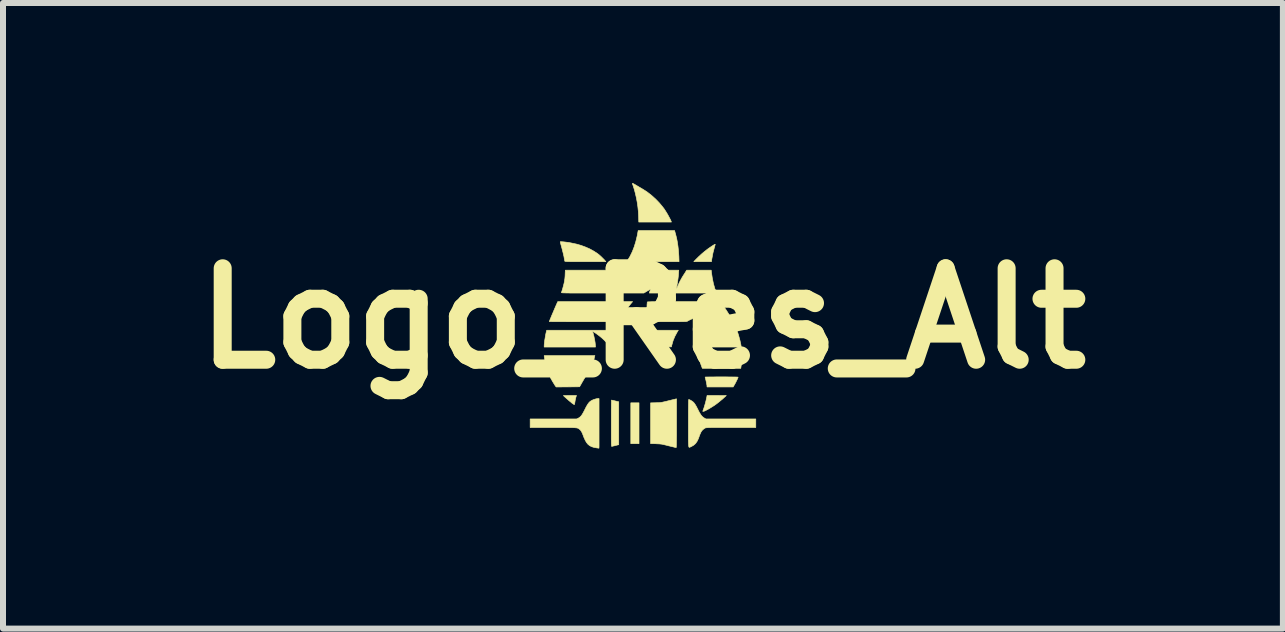
<source format=kicad_pcb>
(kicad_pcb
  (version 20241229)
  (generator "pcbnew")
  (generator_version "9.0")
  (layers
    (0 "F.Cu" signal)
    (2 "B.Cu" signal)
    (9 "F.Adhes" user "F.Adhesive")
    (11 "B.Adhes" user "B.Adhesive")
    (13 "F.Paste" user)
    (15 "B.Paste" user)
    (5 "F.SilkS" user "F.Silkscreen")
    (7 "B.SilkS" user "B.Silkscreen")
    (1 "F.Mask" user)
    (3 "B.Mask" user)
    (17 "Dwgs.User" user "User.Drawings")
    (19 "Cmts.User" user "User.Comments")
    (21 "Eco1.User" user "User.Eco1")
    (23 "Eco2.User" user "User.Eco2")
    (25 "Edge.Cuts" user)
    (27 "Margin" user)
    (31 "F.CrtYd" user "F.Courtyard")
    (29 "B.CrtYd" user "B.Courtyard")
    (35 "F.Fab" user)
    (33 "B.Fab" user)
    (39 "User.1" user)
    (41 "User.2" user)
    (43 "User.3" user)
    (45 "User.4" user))
  (footprint "Logo_Res_Alt"
    (layer "F.Cu")
    (at 7.664 2.255)
    (property "Reference" "Logo_Res_Alt" (at 0 0 0) (layer "F.SilkS") (effects (font (size 1.524 1.524) (thickness 0.3))))
    (attr through_hole)
    (fp_poly (pts (xy -0.066 2.088) (xy -0.203 2.088) (xy -0.203 1.407) (xy -0.066 1.407) (xy -0.066 2.088)) (stroke (width 0.01) (type solid)) (fill yes) (layer "F.SilkS"))
    (fp_poly (pts (xy 0.462 0.622) (xy 0.465 0.625) (xy 0.465 0.629) (xy 0.459 0.629) (xy 0.452 0.625) (xy 0.447 0.621) (xy 0.452 0.62) (xy 0.453 0.62) (xy 0.462 0.622)) (stroke (width 0.01) (type solid)) (fill yes) (layer "F.SilkS"))
    (fp_poly (pts (xy -0.989 1.022) (xy -1.003 1.047) (xy -1.018 1.072) (xy -1.031 1.096) (xy -1.037 1.105) (xy -1.056 1.14) (xy -1.251 1.142) (xy -1.447 1.143) (xy -1.459 1.127) (xy -1.468 1.114) (xy -1.479 1.096) (xy -1.492 1.075) (xy -1.506 1.052) (xy -1.519 1.029) (xy -1.53 1.01) (xy -1.538 0.995) (xy -1.542 0.987) (xy -1.545 0.975) (xy -0.96 0.975) (xy -0.989 1.022)) (stroke (width 0.01) (type solid)) (fill yes) (layer "F.SilkS"))
    (fp_poly (pts (xy -0.419 0.621) (xy -0.414 0.626) (xy -0.41 0.637) (xy -0.408 0.649) (xy -0.402 0.676) (xy -0.399 0.694) (xy -0.397 0.705) (xy -0.397 0.71) (xy -0.397 0.711) (xy -0.4 0.707) (xy -0.405 0.695) (xy -0.413 0.678) (xy -0.417 0.669) (xy -0.425 0.65) (xy -0.431 0.635) (xy -0.435 0.625) (xy -0.436 0.624) (xy -0.433 0.621) (xy -0.426 0.62) (xy -0.419 0.621)) (stroke (width 0.01) (type solid)) (fill yes) (layer "F.SilkS"))
    (fp_poly (pts (xy 0.532 -1.444) (xy 0.536 -1.429) (xy 0.542 -1.409) (xy 0.547 -1.389) (xy 0.561 -1.334) (xy 0.573 -1.271) (xy 0.583 -1.203) (xy 0.591 -1.132) (xy 0.596 -1.062) (xy 0.598 -1.034) (xy 0.601 -0.945) (xy -0.27 -0.945) (xy -0.261 -0.959) (xy -0.216 -1.033) (xy -0.178 -1.111) (xy -0.146 -1.193) (xy -0.119 -1.281) (xy -0.096 -1.376) (xy -0.091 -1.403) (xy -0.08 -1.463) (xy 0.527 -1.463) (xy 0.532 -1.444)) (stroke (width 0.01) (type solid)) (fill yes) (layer "F.SilkS"))
    (fp_poly (pts (xy 1.204 -1.234) (xy 1.203 -1.228) (xy 1.199 -1.214) (xy 1.194 -1.194) (xy 1.189 -1.177) (xy 1.166 -1.09) (xy 1.15 -1.004) (xy 1.147 -0.989) (xy 1.141 -0.945) (xy 0.847 -0.945) (xy 0.879 -0.979) (xy 0.926 -1.026) (xy 0.977 -1.073) (xy 1.029 -1.117) (xy 1.064 -1.144) (xy 1.09 -1.164) (xy 1.117 -1.182) (xy 1.141 -1.199) (xy 1.164 -1.214) (xy 1.182 -1.225) (xy 1.196 -1.232) (xy 1.203 -1.235) (xy 1.204 -1.234)) (stroke (width 0.01) (type solid)) (fill yes) (layer "F.SilkS"))
    (fp_poly (pts (xy 1.207 0.199) (xy 1.566 0.201) (xy 1.573 0.221) (xy 1.584 0.253) (xy 1.595 0.29) (xy 1.606 0.33) (xy 1.617 0.371) (xy 1.625 0.409) (xy 1.632 0.441) (xy 1.634 0.453) (xy 1.637 0.478) (xy 0.869 0.478) (xy 0.866 0.461) (xy 0.864 0.448) (xy 0.861 0.429) (xy 0.857 0.407) (xy 0.856 0.401) (xy 0.853 0.374) (xy 0.85 0.339) (xy 0.849 0.299) (xy 0.848 0.278) (xy 0.848 0.198) (xy 1.207 0.199)) (stroke (width 0.01) (type solid)) (fill yes) (layer "F.SilkS"))
    (fp_poly (pts (xy 1.229 1.285) (xy 1.389 1.286) (xy 1.356 1.316) (xy 1.328 1.342) (xy 1.295 1.369) (xy 1.261 1.397) (xy 1.229 1.422) (xy 1.201 1.442) (xy 1.199 1.444) (xy 1.173 1.461) (xy 1.144 1.479) (xy 1.115 1.497) (xy 1.087 1.513) (xy 1.061 1.527) (xy 1.038 1.539) (xy 1.021 1.546) (xy 1.011 1.549) (xy 1.011 1.549) (xy 0.996 1.549) (xy 1.016 1.492) (xy 1.027 1.456) (xy 1.039 1.415) (xy 1.05 1.372) (xy 1.059 1.332) (xy 1.065 1.304) (xy 1.068 1.285) (xy 1.229 1.285)) (stroke (width 0.01) (type solid)) (fill yes) (layer "F.SilkS"))
    (fp_poly (pts (xy -1.112 1.297) (xy -1.117 1.311) (xy -1.122 1.333) (xy -1.128 1.358) (xy -1.132 1.383) (xy -1.136 1.406) (xy -1.136 1.408) (xy -1.139 1.424) (xy -1.142 1.435) (xy -1.145 1.437) (xy -1.151 1.434) (xy -1.163 1.426) (xy -1.179 1.415) (xy -1.184 1.412) (xy -1.196 1.401) (xy -1.213 1.387) (xy -1.233 1.371) (xy -1.253 1.353) (xy -1.274 1.335) (xy -1.293 1.318) (xy -1.309 1.304) (xy -1.32 1.293) (xy -1.326 1.287) (xy -1.326 1.287) (xy -1.321 1.286) (xy -1.308 1.286) (xy -1.287 1.286) (xy -1.26 1.285) (xy -1.229 1.285) (xy -1.217 1.285) (xy -1.108 1.285) (xy -1.112 1.297)) (stroke (width 0.01) (type solid)) (fill yes) (layer "F.SilkS"))
    (fp_poly (pts (xy -0.21 -0.235) (xy -0.254 -0.178) (xy -0.293 -0.119) (xy -0.326 -0.059) (xy -0.353 -0.000498) (xy -0.368 0.044) (xy -0.372 0.056) (xy -0.966 0.056) (xy -1.042 0.056) (xy -1.116 0.056) (xy -1.187 0.056) (xy -1.253 0.056) (xy -1.314 0.055) (xy -1.37 0.055) (xy -1.42 0.055) (xy -1.464 0.055) (xy -1.5 0.055) (xy -1.528 0.054) (xy -1.548 0.054) (xy -1.558 0.054) (xy -1.56 0.054) (xy -1.558 0.046) (xy -1.552 0.029) (xy -1.542 0.005) (xy -1.529 -0.027) (xy -1.513 -0.065) (xy -1.494 -0.109) (xy -1.473 -0.159) (xy -1.45 -0.212) (xy -1.431 -0.255) (xy -1.42 -0.279) (xy -0.173 -0.279) (xy -0.21 -0.235)) (stroke (width 0.01) (type solid)) (fill yes) (layer "F.SilkS"))
    (fp_poly (pts (xy -0.805 0.631) (xy -0.808 0.643) (xy -0.811 0.66) (xy -0.813 0.668) (xy -0.821 0.697) (xy -0.832 0.732) (xy -0.844 0.767) (xy -0.857 0.798) (xy -0.859 0.801) (xy -0.873 0.833) (xy -1.604 0.833) (xy -1.607 0.822) (xy -1.613 0.801) (xy -1.619 0.774) (xy -1.625 0.745) (xy -1.631 0.714) (xy -1.637 0.684) (xy -1.641 0.657) (xy -1.645 0.636) (xy -1.646 0.622) (xy -1.646 0.621) (xy -1.641 0.621) (xy -1.627 0.621) (xy -1.604 0.621) (xy -1.573 0.62) (xy -1.534 0.62) (xy -1.49 0.62) (xy -1.44 0.62) (xy -1.384 0.62) (xy -1.325 0.62) (xy -1.262 0.62) (xy -1.224 0.62) (xy -0.801 0.62) (xy -0.805 0.631)) (stroke (width 0.01) (type solid)) (fill yes) (layer "F.SilkS"))
    (fp_poly (pts (xy 0.568 0.232) (xy 0.53 0.303) (xy 0.501 0.374) (xy 0.481 0.445) (xy 0.48 0.447) (xy 0.475 0.475) (xy 0.387 0.476) (xy 0.3 0.478) (xy 0.27 0.438) (xy 0.252 0.413) (xy 0.236 0.393) (xy 0.223 0.374) (xy 0.212 0.356) (xy 0.2 0.336) (xy 0.186 0.313) (xy 0.17 0.284) (xy 0.157 0.262) (xy 0.15 0.246) (xy 0.144 0.231) (xy 0.139 0.217) (xy 0.135 0.207) (xy 0.134 0.205) (xy 0.135 0.203) (xy 0.139 0.202) (xy 0.146 0.201) (xy 0.158 0.2) (xy 0.174 0.199) (xy 0.197 0.199) (xy 0.226 0.198) (xy 0.263 0.198) (xy 0.308 0.198) (xy 0.36 0.198) (xy 0.589 0.198) (xy 0.568 0.232)) (stroke (width 0.01) (type solid)) (fill yes) (layer "F.SilkS"))
    (fp_poly (pts (xy -0.518 1.363) (xy -0.504 1.366) (xy -0.485 1.37) (xy -0.462 1.376) (xy -0.404 1.39) (xy -0.404 2.105) (xy -0.46 2.119) (xy -0.483 2.125) (xy -0.502 2.129) (xy -0.516 2.133) (xy -0.522 2.133) (xy -0.523 2.132) (xy -0.524 2.125) (xy -0.525 2.115) (xy -0.526 2.098) (xy -0.527 2.076) (xy -0.527 2.048) (xy -0.528 2.012) (xy -0.528 1.969) (xy -0.528 1.918) (xy -0.528 1.858) (xy -0.528 1.788) (xy -0.528 1.748) (xy -0.528 1.686) (xy -0.528 1.627) (xy -0.528 1.573) (xy -0.528 1.522) (xy -0.527 1.478) (xy -0.527 1.439) (xy -0.526 1.407) (xy -0.526 1.383) (xy -0.525 1.368) (xy -0.525 1.362) (xy -0.525 1.362) (xy -0.518 1.363)) (stroke (width 0.01) (type solid)) (fill yes) (layer "F.SilkS"))
    (fp_poly (pts (xy 1.649 0.679) (xy 1.647 0.706) (xy 1.645 0.731) (xy 1.643 0.751) (xy 1.641 0.762) (xy 1.637 0.782) (xy 1.634 0.804) (xy 1.633 0.809) (xy 1.63 0.833) (xy 0.99 0.833) (xy 0.983 0.817) (xy 0.979 0.805) (xy 0.972 0.787) (xy 0.964 0.764) (xy 0.957 0.747) (xy 0.95 0.724) (xy 0.942 0.704) (xy 0.937 0.69) (xy 0.935 0.683) (xy 0.929 0.668) (xy 0.923 0.651) (xy 0.918 0.636) (xy 0.915 0.626) (xy 0.914 0.623) (xy 0.919 0.623) (xy 0.934 0.622) (xy 0.957 0.622) (xy 0.987 0.621) (xy 1.025 0.621) (xy 1.069 0.62) (xy 1.118 0.62) (xy 1.171 0.62) (xy 1.229 0.62) (xy 1.283 0.62) (xy 1.652 0.62) (xy 1.649 0.679)) (stroke (width 0.01) (type solid)) (fill yes) (layer "F.SilkS"))
    (fp_poly (pts (xy 1.371 0.975) (xy 1.425 0.976) (xy 1.472 0.976) (xy 1.512 0.977) (xy 1.544 0.977) (xy 1.567 0.978) (xy 1.581 0.979) (xy 1.585 0.98) (xy 1.583 0.988) (xy 1.577 1.002) (xy 1.568 1.022) (xy 1.557 1.044) (xy 1.546 1.067) (xy 1.534 1.089) (xy 1.524 1.107) (xy 1.523 1.108) (xy 1.503 1.143) (xy 1.067 1.143) (xy 1.067 1.132) (xy 1.066 1.118) (xy 1.062 1.096) (xy 1.057 1.068) (xy 1.05 1.037) (xy 1.046 1.02) (xy 1.041 1.001) (xy 1.038 0.987) (xy 1.036 0.979) (xy 1.036 0.978) (xy 1.041 0.978) (xy 1.055 0.977) (xy 1.078 0.977) (xy 1.108 0.976) (xy 1.144 0.976) (xy 1.186 0.976) (xy 1.232 0.975) (xy 1.282 0.975) (xy 1.311 0.975) (xy 1.371 0.975)) (stroke (width 0.01) (type solid)) (fill yes) (layer "F.SilkS"))
    (fp_poly (pts (xy -0.167 -2.248) (xy -0.153 -2.241) (xy -0.134 -2.23) (xy -0.11 -2.216) (xy -0.083 -2.2) (xy -0.055 -2.183) (xy -0.025 -2.166) (xy 0.003 -2.149) (xy 0.028 -2.133) (xy 0.05 -2.119) (xy 0.067 -2.108) (xy 0.071 -2.105) (xy 0.143 -2.049) (xy 0.212 -1.987) (xy 0.276 -1.92) (xy 0.333 -1.851) (xy 0.357 -1.819) (xy 0.374 -1.792) (xy 0.393 -1.762) (xy 0.412 -1.73) (xy 0.429 -1.699) (xy 0.445 -1.669) (xy 0.458 -1.644) (xy 0.467 -1.624) (xy 0.47 -1.617) (xy 0.473 -1.605) (xy -0.07 -1.605) (xy -0.073 -1.695) (xy -0.077 -1.779) (xy -0.085 -1.857) (xy -0.096 -1.934) (xy -0.111 -2.013) (xy -0.129 -2.09) (xy -0.136 -2.117) (xy -0.144 -2.147) (xy -0.154 -2.178) (xy -0.163 -2.208) (xy -0.172 -2.231) (xy -0.175 -2.242) (xy -0.176 -2.249) (xy -0.173 -2.25) (xy -0.167 -2.248)) (stroke (width 0.01) (type solid)) (fill yes) (layer "F.SilkS"))
    (fp_poly (pts (xy -0.412 0.21) (xy -0.412 0.219) (xy -0.414 0.236) (xy -0.416 0.258) (xy -0.419 0.282) (xy -0.422 0.313) (xy -0.425 0.349) (xy -0.426 0.385) (xy -0.427 0.41) (xy -0.427 0.478) (xy -0.535 0.478) (xy -0.604 0.406) (xy -0.647 0.362) (xy -0.687 0.325) (xy -0.727 0.292) (xy -0.769 0.261) (xy -0.787 0.248) (xy -0.811 0.232) (xy -0.828 0.223) (xy -0.837 0.22) (xy -0.838 0.222) (xy -0.837 0.228) (xy -0.833 0.241) (xy -0.828 0.258) (xy -0.828 0.259) (xy -0.819 0.291) (xy -0.811 0.33) (xy -0.803 0.37) (xy -0.797 0.407) (xy -0.794 0.438) (xy -0.791 0.478) (xy -1.646 0.478) (xy -1.646 0.452) (xy -1.645 0.432) (xy -1.642 0.404) (xy -1.638 0.37) (xy -1.632 0.335) (xy -1.626 0.298) (xy -1.62 0.264) (xy -1.613 0.234) (xy -1.61 0.22) (xy -1.604 0.198) (xy -0.411 0.198) (xy -0.412 0.21)) (stroke (width 0.01) (type solid)) (fill yes) (layer "F.SilkS"))
    (fp_poly (pts (xy 0.559 1.747) (xy 0.559 1.824) (xy 0.559 1.891) (xy 0.559 1.949) (xy 0.558 1.998) (xy 0.558 2.04) (xy 0.557 2.074) (xy 0.557 2.101) (xy 0.556 2.122) (xy 0.555 2.137) (xy 0.555 2.147) (xy 0.553 2.152) (xy 0.552 2.154) (xy 0.546 2.152) (xy 0.531 2.149) (xy 0.509 2.143) (xy 0.481 2.137) (xy 0.45 2.129) (xy 0.424 2.123) (xy 0.386 2.113) (xy 0.356 2.106) (xy 0.331 2.1) (xy 0.311 2.096) (xy 0.292 2.094) (xy 0.273 2.092) (xy 0.252 2.091) (xy 0.227 2.09) (xy 0.215 2.089) (xy 0.127 2.087) (xy 0.127 1.408) (xy 0.212 1.406) (xy 0.239 1.405) (xy 0.261 1.405) (xy 0.281 1.403) (xy 0.299 1.401) (xy 0.319 1.398) (xy 0.341 1.393) (xy 0.369 1.387) (xy 0.405 1.378) (xy 0.417 1.375) (xy 0.451 1.367) (xy 0.482 1.359) (xy 0.508 1.353) (xy 0.53 1.348) (xy 0.543 1.344) (xy 0.547 1.343) (xy 0.559 1.341) (xy 0.559 1.747)) (stroke (width 0.01) (type solid)) (fill yes) (layer "F.SilkS"))
    (fp_poly (pts (xy -1.357 -1.277) (xy -1.337 -1.276) (xy -1.314 -1.274) (xy -1.289 -1.271) (xy -1.266 -1.268) (xy -1.245 -1.266) (xy -1.23 -1.263) (xy -1.223 -1.262) (xy -1.215 -1.26) (xy -1.199 -1.257) (xy -1.179 -1.253) (xy -1.175 -1.252) (xy -1.104 -1.237) (xy -1.032 -1.216) (xy -0.961 -1.19) (xy -0.892 -1.16) (xy -0.829 -1.126) (xy -0.772 -1.09) (xy -0.739 -1.066) (xy -0.717 -1.047) (xy -0.693 -1.025) (xy -0.67 -1.002) (xy -0.649 -0.981) (xy -0.634 -0.964) (xy -0.634 -0.964) (xy -0.619 -0.945) (xy -0.959 -0.945) (xy -1.026 -0.945) (xy -1.084 -0.945) (xy -1.133 -0.945) (xy -1.174 -0.945) (xy -1.208 -0.945) (xy -1.235 -0.946) (xy -1.256 -0.946) (xy -1.272 -0.947) (xy -1.284 -0.948) (xy -1.292 -0.949) (xy -1.298 -0.95) (xy -1.301 -0.951) (xy -1.302 -0.953) (xy -1.303 -0.955) (xy -1.305 -0.964) (xy -1.308 -0.98) (xy -1.312 -1.001) (xy -1.313 -1.009) (xy -1.317 -1.032) (xy -1.324 -1.061) (xy -1.331 -1.092) (xy -1.339 -1.122) (xy -1.339 -1.123) (xy -1.346 -1.15) (xy -1.353 -1.177) (xy -1.359 -1.199) (xy -1.363 -1.215) (xy -1.364 -1.217) (xy -1.369 -1.235) (xy -1.374 -1.253) (xy -1.376 -1.259) (xy -1.378 -1.27) (xy -1.377 -1.277) (xy -1.377 -1.278) (xy -1.371 -1.278) (xy -1.357 -1.277)) (stroke (width 0.01) (type solid)) (fill yes) (layer "F.SilkS"))
    (fp_poly (pts (xy -0.732 1.75) (xy -0.732 1.814) (xy -0.732 1.875) (xy -0.732 1.932) (xy -0.732 1.984) (xy -0.732 2.032) (xy -0.732 2.073) (xy -0.732 2.107) (xy -0.732 2.134) (xy -0.733 2.153) (xy -0.733 2.162) (xy -0.733 2.163) (xy -0.738 2.163) (xy -0.751 2.161) (xy -0.767 2.159) (xy -0.813 2.151) (xy -0.853 2.139) (xy -0.887 2.122) (xy -0.916 2.099) (xy -0.941 2.069) (xy -0.963 2.03) (xy -0.984 1.984) (xy -0.996 1.952) (xy -1.011 1.913) (xy -1.027 1.883) (xy -1.043 1.861) (xy -1.059 1.847) (xy -1.065 1.842) (xy -1.071 1.837) (xy -1.078 1.833) (xy -1.085 1.83) (xy -1.094 1.828) (xy -1.106 1.825) (xy -1.12 1.824) (xy -1.139 1.822) (xy -1.162 1.821) (xy -1.19 1.82) (xy -1.224 1.82) (xy -1.265 1.819) (xy -1.314 1.819) (xy -1.37 1.819) (xy -1.436 1.819) (xy -1.497 1.819) (xy -1.88 1.819) (xy -1.88 1.676) (xy -1.106 1.676) (xy -1.082 1.665) (xy -1.064 1.655) (xy -1.047 1.642) (xy -1.031 1.626) (xy -1.015 1.604) (xy -0.999 1.577) (xy -0.98 1.542) (xy -0.967 1.516) (xy -0.947 1.476) (xy -0.929 1.445) (xy -0.913 1.42) (xy -0.897 1.4) (xy -0.881 1.385) (xy -0.863 1.373) (xy -0.847 1.364) (xy -0.819 1.352) (xy -0.79 1.343) (xy -0.763 1.337) (xy -0.748 1.336) (xy -0.732 1.336) (xy -0.732 1.75)) (stroke (width 0.01) (type solid)) (fill yes) (layer "F.SilkS"))
    (fp_poly (pts (xy 0.77 1.354) (xy 0.783 1.359) (xy 0.798 1.367) (xy 0.819 1.38) (xy 0.837 1.394) (xy 0.854 1.412) (xy 0.87 1.435) (xy 0.888 1.465) (xy 0.907 1.502) (xy 0.914 1.516) (xy 0.934 1.556) (xy 0.953 1.588) (xy 0.969 1.613) (xy 0.986 1.633) (xy 1.003 1.648) (xy 1.022 1.661) (xy 1.023 1.661) (xy 1.049 1.676) (xy 1.88 1.676) (xy 1.88 1.819) (xy 1.467 1.819) (xy 1.393 1.819) (xy 1.328 1.819) (xy 1.272 1.819) (xy 1.224 1.819) (xy 1.183 1.819) (xy 1.149 1.819) (xy 1.122 1.82) (xy 1.099 1.82) (xy 1.081 1.821) (xy 1.068 1.822) (xy 1.057 1.823) (xy 1.049 1.824) (xy 1.043 1.825) (xy 1.039 1.827) (xy 1.035 1.828) (xy 1.033 1.829) (xy 1.018 1.839) (xy 1 1.853) (xy 0.988 1.865) (xy 0.98 1.875) (xy 0.973 1.885) (xy 0.966 1.897) (xy 0.959 1.912) (xy 0.95 1.932) (xy 0.94 1.958) (xy 0.928 1.992) (xy 0.925 2.001) (xy 0.903 2.047) (xy 0.877 2.085) (xy 0.844 2.114) (xy 0.806 2.136) (xy 0.804 2.137) (xy 0.795 2.141) (xy 0.788 2.144) (xy 0.781 2.147) (xy 0.776 2.149) (xy 0.771 2.149) (xy 0.767 2.146) (xy 0.764 2.139) (xy 0.762 2.129) (xy 0.76 2.115) (xy 0.759 2.095) (xy 0.758 2.069) (xy 0.757 2.038) (xy 0.757 1.999) (xy 0.757 1.953) (xy 0.757 1.898) (xy 0.757 1.835) (xy 0.757 1.762) (xy 0.757 1.75) (xy 0.757 1.671) (xy 0.757 1.601) (xy 0.757 1.541) (xy 0.758 1.49) (xy 0.758 1.448) (xy 0.759 1.413) (xy 0.759 1.387) (xy 0.76 1.368) (xy 0.761 1.357) (xy 0.762 1.352) (xy 0.763 1.351) (xy 0.77 1.354)) (stroke (width 0.01) (type solid)) (fill yes) (layer "F.SilkS"))
    (fp_poly (pts (xy 1.316 -0.25) (xy 1.324 -0.236) (xy 1.337 -0.216) (xy 1.353 -0.191) (xy 1.37 -0.164) (xy 1.385 -0.142) (xy 1.404 -0.112) (xy 1.425 -0.079) (xy 1.445 -0.047) (xy 1.461 -0.019) (xy 1.469 -0.005) (xy 1.502 0.053) (xy 1.195 0.055) (xy 1.14 0.055) (xy 1.088 0.055) (xy 1.04 0.055) (xy 0.997 0.055) (xy 0.96 0.055) (xy 0.929 0.055) (xy 0.906 0.055) (xy 0.892 0.055) (xy 0.886 0.055) (xy 0.886 0.055) (xy 0.887 0.05) (xy 0.889 0.038) (xy 0.893 0.022) (xy 0.897 0.005) (xy 0.902 -0.01) (xy 0.902 -0.012) (xy 0.903 -0.018) (xy 0.899 -0.02) (xy 0.888 -0.018) (xy 0.887 -0.018) (xy 0.868 -0.013) (xy 0.85 -0.007) (xy 0.849 -0.006) (xy 0.82 0.007) (xy 0.792 0.02) (xy 0.768 0.032) (xy 0.75 0.041) (xy 0.741 0.047) (xy 0.738 0.049) (xy 0.733 0.05) (xy 0.727 0.051) (xy 0.719 0.053) (xy 0.707 0.054) (xy 0.691 0.054) (xy 0.67 0.055) (xy 0.644 0.055) (xy 0.611 0.056) (xy 0.571 0.056) (xy 0.523 0.056) (xy 0.466 0.056) (xy 0.405 0.056) (xy 0.083 0.056) (xy 0.076 0.009) (xy 0.073 -0.018) (xy 0.069 -0.047) (xy 0.067 -0.072) (xy 0.066 -0.076) (xy 0.066 -0.095) (xy 0.065 -0.12) (xy 0.065 -0.148) (xy 0.066 -0.177) (xy 0.067 -0.205) (xy 0.068 -0.231) (xy 0.07 -0.252) (xy 0.071 -0.267) (xy 0.073 -0.273) (xy 0.075 -0.274) (xy 0.082 -0.275) (xy 0.093 -0.276) (xy 0.109 -0.276) (xy 0.13 -0.277) (xy 0.158 -0.278) (xy 0.191 -0.278) (xy 0.232 -0.278) (xy 0.279 -0.279) (xy 0.335 -0.279) (xy 0.398 -0.279) (xy 0.47 -0.279) (xy 0.551 -0.279) (xy 0.641 -0.279) (xy 0.687 -0.279) (xy 1.298 -0.279) (xy 1.316 -0.25)) (stroke (width 0.01) (type solid)) (fill yes) (layer "F.SilkS"))
    (fp_poly (pts (xy -0.524 -0.773) (xy -0.517 -0.753) (xy -0.511 -0.733) (xy -0.508 -0.723) (xy -0.504 -0.71) (xy -0.5 -0.702) (xy -0.498 -0.701) (xy -0.493 -0.704) (xy -0.482 -0.713) (xy -0.467 -0.725) (xy -0.45 -0.74) (xy -0.432 -0.756) (xy -0.416 -0.771) (xy -0.402 -0.783) (xy -0.393 -0.793) (xy -0.392 -0.794) (xy -0.39 -0.796) (xy -0.387 -0.797) (xy -0.382 -0.798) (xy -0.374 -0.799) (xy -0.363 -0.8) (xy -0.348 -0.8) (xy -0.329 -0.801) (xy -0.305 -0.801) (xy -0.275 -0.802) (xy -0.239 -0.802) (xy -0.197 -0.802) (xy -0.146 -0.802) (xy -0.088 -0.803) (xy -0.021 -0.803) (xy 0.055 -0.803) (xy 0.106 -0.803) (xy 0.596 -0.803) (xy 0.593 -0.748) (xy 0.59 -0.712) (xy 0.585 -0.669) (xy 0.578 -0.618) (xy 0.568 -0.559) (xy 0.564 -0.536) (xy 0.561 -0.516) (xy 0.559 -0.503) (xy 0.559 -0.496) (xy 0.561 -0.498) (xy 0.566 -0.507) (xy 0.574 -0.524) (xy 0.586 -0.551) (xy 0.592 -0.566) (xy 0.608 -0.601) (xy 0.626 -0.635) (xy 0.646 -0.672) (xy 0.671 -0.713) (xy 0.692 -0.745) (xy 0.728 -0.803) (xy 1.137 -0.803) (xy 1.14 -0.773) (xy 1.155 -0.672) (xy 1.174 -0.579) (xy 1.198 -0.494) (xy 1.222 -0.431) (xy 1.222 -0.429) (xy 1.221 -0.428) (xy 1.218 -0.427) (xy 1.213 -0.426) (xy 1.205 -0.425) (xy 1.194 -0.424) (xy 1.179 -0.424) (xy 1.159 -0.423) (xy 1.134 -0.423) (xy 1.103 -0.422) (xy 1.067 -0.422) (xy 1.023 -0.422) (xy 0.973 -0.422) (xy 0.914 -0.422) (xy 0.847 -0.422) (xy 0.772 -0.422) (xy 0.686 -0.422) (xy 0.666 -0.422) (xy 0.106 -0.422) (xy 0.11 -0.436) (xy 0.114 -0.451) (xy 0.12 -0.466) (xy 0.124 -0.478) (xy 0.122 -0.483) (xy 0.121 -0.483) (xy 0.115 -0.48) (xy 0.102 -0.473) (xy 0.084 -0.463) (xy 0.065 -0.452) (xy 0.015 -0.422) (xy -0.674 -0.422) (xy -0.771 -0.422) (xy -0.859 -0.422) (xy -0.938 -0.422) (xy -1.008 -0.422) (xy -1.07 -0.422) (xy -1.124 -0.422) (xy -1.171 -0.422) (xy -1.212 -0.422) (xy -1.246 -0.423) (xy -1.275 -0.423) (xy -1.298 -0.424) (xy -1.317 -0.424) (xy -1.331 -0.425) (xy -1.342 -0.425) (xy -1.35 -0.426) (xy -1.355 -0.427) (xy -1.358 -0.428) (xy -1.359 -0.429) (xy -1.359 -0.43) (xy -1.359 -0.431) (xy -1.354 -0.445) (xy -1.347 -0.466) (xy -1.339 -0.493) (xy -1.331 -0.522) (xy -1.323 -0.552) (xy -1.316 -0.58) (xy -1.311 -0.603) (xy -1.31 -0.606) (xy -1.306 -0.634) (xy -1.301 -0.668) (xy -1.298 -0.705) (xy -1.297 -0.73) (xy -1.294 -0.803) (xy -0.535 -0.803) (xy -0.524 -0.773)) (stroke (width 0.01) (type solid)) (fill yes) (layer "F.SilkS")))
  (gr_rect
    (start -3 -3)
    (end 18.327 7.424)
    (stroke (width 0.1) (type default))
    (fill no)
    (layer "Edge.Cuts")))
</source>
